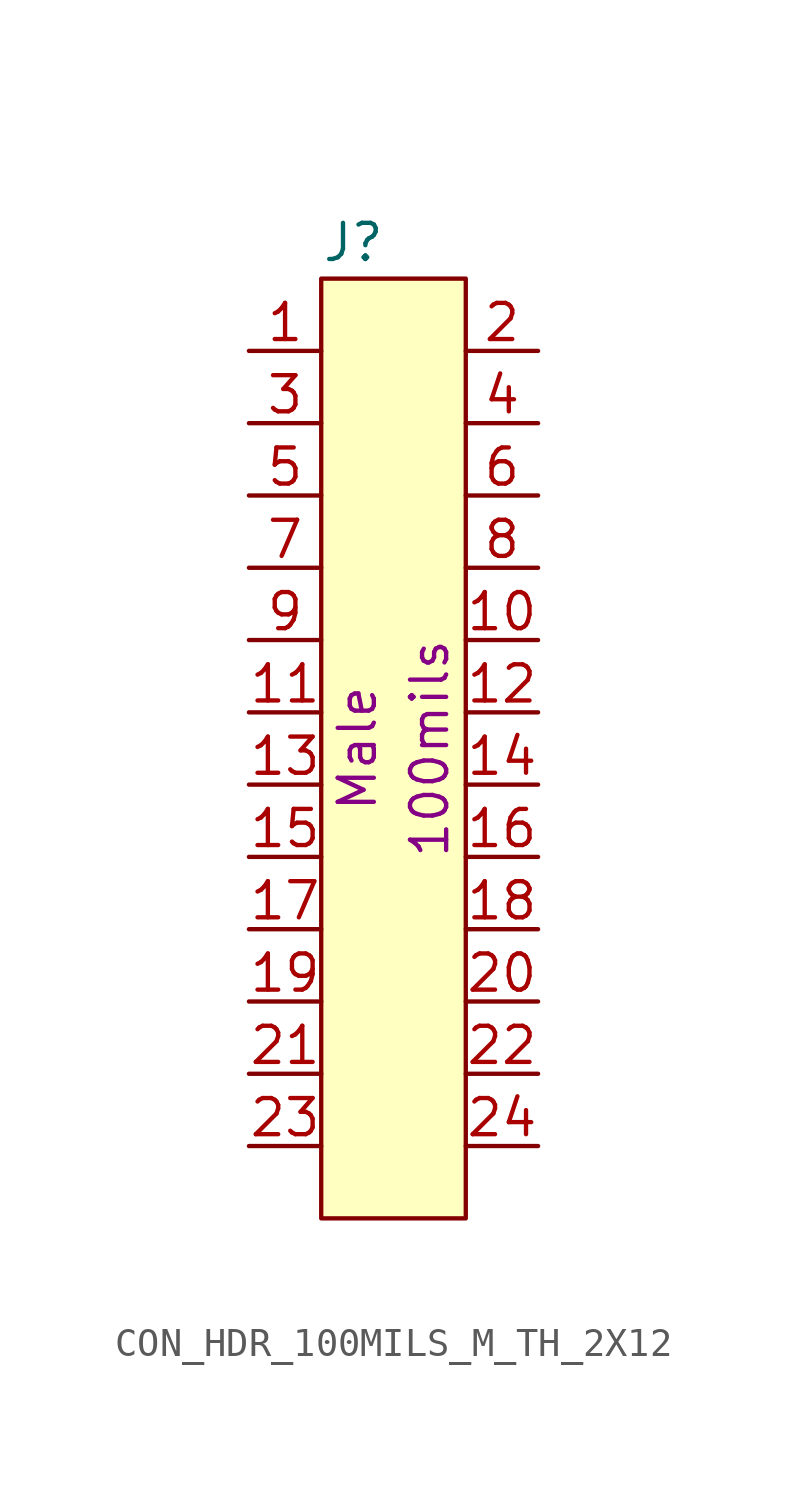
<source format=kicad_sym>
(kicad_symbol_lib
  (version 20211014)
  (generator kicad_symbol_editor)
  (symbol "CON_HDR_100MILS_M_TH_2X12"
    (pin_names
      (offset 1.27) hide)
    (property "Reference" "J"
      (at 0 1.27 0)
      (effects (font (size 1.27 1.27)) (justify left)))
    (property "Property" "100mils"
      (at 3.81 -16.51 90)
      (effects (font (size 1.27 1.27))))
    (property "Note" "Male"
      (at 1.27 -16.51 90)
      (effects (font (size 1.27 1.27))))
    (symbol "CON_HDR_100MILS_M_TH_2X12_0_1"
      (rectangle (start 0 0) (end 5.08 -33.02) (stroke (width 0) (type default) (color 0 0 0 0)) (fill (type background))))
    (symbol "CON_HDR_100MILS_M_TH_2X12_1_1"
      (pin passive line (at -2.54 -2.54 0) (length 2.54) (name "1" (effects (font (size 1.27 1.27)))) (number "1" (effects (font (size 1.27 1.27)))))
      (pin passive line (at 7.62 -12.7 180) (length 2.54) (name "10" (effects (font (size 1.27 1.27)))) (number "10" (effects (font (size 1.27 1.27)))))
      (pin passive line (at -2.54 -15.24 0) (length 2.54) (name "11" (effects (font (size 1.27 1.27)))) (number "11" (effects (font (size 1.27 1.27)))))
      (pin passive line (at 7.62 -15.24 180) (length 2.54) (name "12" (effects (font (size 1.27 1.27)))) (number "12" (effects (font (size 1.27 1.27)))))
      (pin passive line (at -2.54 -17.78 0) (length 2.54) (name "13" (effects (font (size 1.27 1.27)))) (number "13" (effects (font (size 1.27 1.27)))))
      (pin passive line (at 7.62 -17.78 180) (length 2.54) (name "14" (effects (font (size 1.27 1.27)))) (number "14" (effects (font (size 1.27 1.27)))))
      (pin passive line (at -2.54 -20.32 0) (length 2.54) (name "15" (effects (font (size 1.27 1.27)))) (number "15" (effects (font (size 1.27 1.27)))))
      (pin passive line (at 7.62 -20.32 180) (length 2.54) (name "16" (effects (font (size 1.27 1.27)))) (number "16" (effects (font (size 1.27 1.27)))))
      (pin passive line (at -2.54 -22.86 0) (length 2.54) (name "17" (effects (font (size 1.27 1.27)))) (number "17" (effects (font (size 1.27 1.27)))))
      (pin passive line (at 7.62 -22.86 180) (length 2.54) (name "18" (effects (font (size 1.27 1.27)))) (number "18" (effects (font (size 1.27 1.27)))))
      (pin passive line (at -2.54 -25.4 0) (length 2.54) (name "19" (effects (font (size 1.27 1.27)))) (number "19" (effects (font (size 1.27 1.27)))))
      (pin passive line (at 7.62 -2.54 180) (length 2.54) (name "2" (effects (font (size 1.27 1.27)))) (number "2" (effects (font (size 1.27 1.27)))))
      (pin passive line (at 7.62 -25.4 180) (length 2.54) (name "20" (effects (font (size 1.27 1.27)))) (number "20" (effects (font (size 1.27 1.27)))))
      (pin passive line (at -2.54 -27.94 0) (length 2.54) (name "21" (effects (font (size 1.27 1.27)))) (number "21" (effects (font (size 1.27 1.27)))))
      (pin passive line (at 7.62 -27.94 180) (length 2.54) (name "22" (effects (font (size 1.27 1.27)))) (number "22" (effects (font (size 1.27 1.27)))))
      (pin passive line (at -2.54 -30.48 0) (length 2.54) (name "23" (effects (font (size 1.27 1.27)))) (number "23" (effects (font (size 1.27 1.27)))))
      (pin passive line (at 7.62 -30.48 180) (length 2.54) (name "24" (effects (font (size 1.27 1.27)))) (number "24" (effects (font (size 1.27 1.27)))))
      (pin passive line (at -2.54 -5.08 0) (length 2.54) (name "3" (effects (font (size 1.27 1.27)))) (number "3" (effects (font (size 1.27 1.27)))))
      (pin passive line (at 7.62 -5.08 180) (length 2.54) (name "4" (effects (font (size 1.27 1.27)))) (number "4" (effects (font (size 1.27 1.27)))))
      (pin passive line (at -2.54 -7.62 0) (length 2.54) (name "5" (effects (font (size 1.27 1.27)))) (number "5" (effects (font (size 1.27 1.27)))))
      (pin passive line (at 7.62 -7.62 180) (length 2.54) (name "6" (effects (font (size 1.27 1.27)))) (number "6" (effects (font (size 1.27 1.27)))))
      (pin passive line (at -2.54 -10.16 0) (length 2.54) (name "7" (effects (font (size 1.27 1.27)))) (number "7" (effects (font (size 1.27 1.27)))))
      (pin passive line (at 7.62 -10.16 180) (length 2.54) (name "8" (effects (font (size 1.27 1.27)))) (number "8" (effects (font (size 1.27 1.27)))))
      (pin passive line (at -2.54 -12.7 0) (length 2.54) (name "9" (effects (font (size 1.27 1.27)))) (number "9" (effects (font (size 1.27 1.27))))))))
</source>
